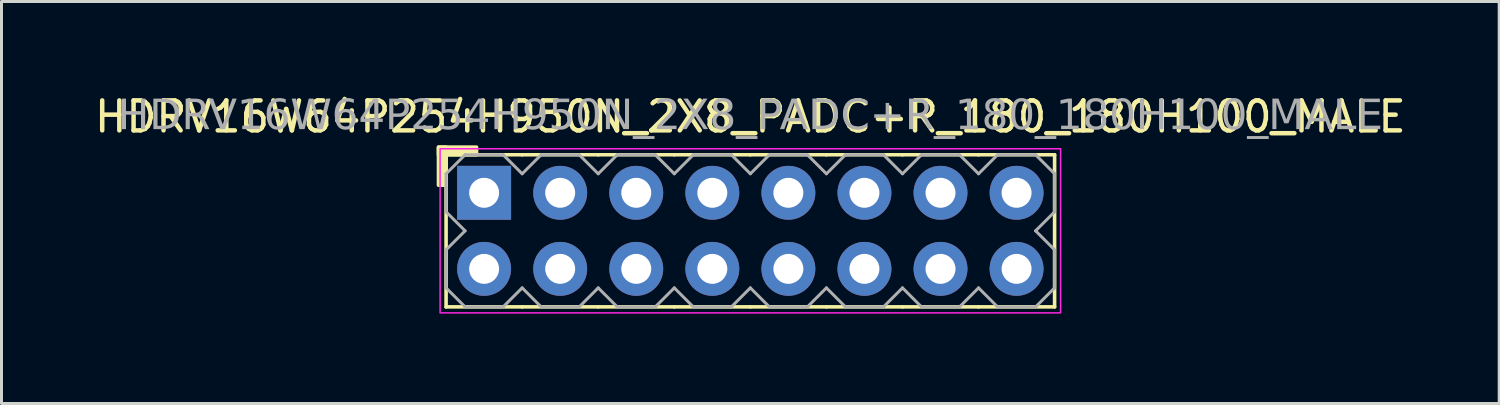
<source format=kicad_pcb>
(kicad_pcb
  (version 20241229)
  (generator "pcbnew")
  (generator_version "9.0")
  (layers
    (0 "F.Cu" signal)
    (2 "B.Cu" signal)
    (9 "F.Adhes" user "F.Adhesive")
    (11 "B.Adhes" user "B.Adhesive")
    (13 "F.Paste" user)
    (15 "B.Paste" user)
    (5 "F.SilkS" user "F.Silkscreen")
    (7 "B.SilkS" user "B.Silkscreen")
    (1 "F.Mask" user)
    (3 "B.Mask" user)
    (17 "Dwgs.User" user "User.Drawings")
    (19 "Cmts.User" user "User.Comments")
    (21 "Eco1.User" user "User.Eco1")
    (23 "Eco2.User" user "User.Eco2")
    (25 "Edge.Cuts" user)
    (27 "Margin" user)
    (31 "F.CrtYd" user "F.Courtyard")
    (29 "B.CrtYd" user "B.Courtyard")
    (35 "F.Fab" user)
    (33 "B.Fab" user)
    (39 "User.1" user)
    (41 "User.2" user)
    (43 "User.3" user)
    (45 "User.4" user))
  (footprint "HDRV16W64P254H950N_2X8_PADC+R_180_180H100_MALE"
    (layer "F.Cu")
    (at 22.006 4.658)
    (property "Reference" "HDRV16W64P254H950N_2X8_PADC+R_180_180H100_MALE" (at 0 -3.81 0) (layer "F.SilkS") (effects (font (size 1 1) (thickness 0.15))))
    (attr through_hole)
    (fp_line (start -10.16 2.54) (end -10.16 -2.54) (stroke (width 0.12) (type solid)) (layer "F.SilkS"))
    (fp_line (start -7.62 -2.54) (end -10.16 -2.54) (stroke (width 0.12) (type solid)) (layer "F.SilkS"))
    (fp_line (start -7.62 2.54) (end -10.16 2.54) (stroke (width 0.12) (type solid)) (layer "F.SilkS"))
    (fp_line (start -5.08 -2.54) (end -7.62 -2.54) (stroke (width 0.12) (type solid)) (layer "F.SilkS"))
    (fp_line (start -5.08 2.54) (end -7.62 2.54) (stroke (width 0.12) (type solid)) (layer "F.SilkS"))
    (fp_line (start -2.54 -2.54) (end -5.08 -2.54) (stroke (width 0.12) (type solid)) (layer "F.SilkS"))
    (fp_line (start -2.54 2.54) (end -5.08 2.54) (stroke (width 0.12) (type solid)) (layer "F.SilkS"))
    (fp_line (start 0 -2.54) (end -2.54 -2.54) (stroke (width 0.12) (type solid)) (layer "F.SilkS"))
    (fp_line (start 0 2.54) (end -2.54 2.54) (stroke (width 0.12) (type solid)) (layer "F.SilkS"))
    (fp_line (start 2.54 -2.54) (end 0 -2.54) (stroke (width 0.12) (type solid)) (layer "F.SilkS"))
    (fp_line (start 2.54 2.54) (end 0 2.54) (stroke (width 0.12) (type solid)) (layer "F.SilkS"))
    (fp_line (start 5.08 -2.54) (end 2.54 -2.54) (stroke (width 0.12) (type solid)) (layer "F.SilkS"))
    (fp_line (start 5.08 2.54) (end 2.54 2.54) (stroke (width 0.12) (type solid)) (layer "F.SilkS"))
    (fp_line (start 7.62 -2.54) (end 5.08 -2.54) (stroke (width 0.12) (type solid)) (layer "F.SilkS"))
    (fp_line (start 7.62 2.54) (end 5.08 2.54) (stroke (width 0.12) (type solid)) (layer "F.SilkS"))
    (fp_line (start 10.16 -2.54) (end 7.62 -2.54) (stroke (width 0.12) (type solid)) (layer "F.SilkS"))
    (fp_line (start 10.16 2.54) (end 7.62 2.54) (stroke (width 0.12) (type solid)) (layer "F.SilkS"))
    (fp_line (start 10.16 2.54) (end 10.16 -2.54) (stroke (width 0.12) (type solid)) (layer "F.SilkS"))
    (fp_rect (start -10.414 -1.524) (end -10.16 -2.794) (stroke (width 0.12) (type solid)) (fill yes) (layer "F.SilkS"))
    (fp_rect (start -9.144 -2.54) (end -10.414 -2.794) (stroke (width 0.12) (type solid)) (fill yes) (layer "F.SilkS"))
    (fp_rect (start -10.36 -2.74) (end 10.36 2.74) (stroke (width 0.05) (type default)) (fill no) (layer "F.CrtYd"))
    (fp_line (start -10.16 -1.905) (end -10.16 -0.635) (stroke (width 0.1) (type solid)) (layer "F.Fab"))
    (fp_line (start -10.16 -1.905) (end -9.525 -2.54) (stroke (width 0.1) (type solid)) (layer "F.Fab"))
    (fp_line (start -10.16 0.635) (end -10.16 1.905) (stroke (width 0.1) (type solid)) (layer "F.Fab"))
    (fp_line (start -9.525 -2.54) (end -8.255 -2.54) (stroke (width 0.1) (type solid)) (layer "F.Fab"))
    (fp_line (start -9.525 0) (end -10.16 -0.635) (stroke (width 0.1) (type solid)) (layer "F.Fab"))
    (fp_line (start -9.525 0) (end -10.16 0.635) (stroke (width 0.1) (type solid)) (layer "F.Fab"))
    (fp_line (start -9.525 2.54) (end -10.16 1.905) (stroke (width 0.1) (type solid)) (layer "F.Fab"))
    (fp_line (start -8.255 -2.54) (end -7.62 -1.905) (stroke (width 0.1) (type solid)) (layer "F.Fab"))
    (fp_line (start -8.255 2.54) (end -9.525 2.54) (stroke (width 0.1) (type solid)) (layer "F.Fab"))
    (fp_line (start -7.62 -1.905) (end -6.985 -2.54) (stroke (width 0.1) (type solid)) (layer "F.Fab"))
    (fp_line (start -7.62 1.905) (end -8.255 2.54) (stroke (width 0.1) (type solid)) (layer "F.Fab"))
    (fp_line (start -6.985 -2.54) (end -5.715 -2.54) (stroke (width 0.1) (type solid)) (layer "F.Fab"))
    (fp_line (start -6.985 2.54) (end -7.62 1.905) (stroke (width 0.1) (type solid)) (layer "F.Fab"))
    (fp_line (start -5.715 -2.54) (end -5.08 -1.905) (stroke (width 0.1) (type solid)) (layer "F.Fab"))
    (fp_line (start -5.715 2.54) (end -6.985 2.54) (stroke (width 0.1) (type solid)) (layer "F.Fab"))
    (fp_line (start -5.08 -1.905) (end -4.445 -2.54) (stroke (width 0.1) (type solid)) (layer "F.Fab"))
    (fp_line (start -5.08 1.905) (end -5.715 2.54) (stroke (width 0.1) (type solid)) (layer "F.Fab"))
    (fp_line (start -4.445 -2.54) (end -3.175 -2.54) (stroke (width 0.1) (type solid)) (layer "F.Fab"))
    (fp_line (start -4.445 2.54) (end -5.08 1.905) (stroke (width 0.1) (type solid)) (layer "F.Fab"))
    (fp_line (start -3.175 -2.54) (end -2.54 -1.905) (stroke (width 0.1) (type solid)) (layer "F.Fab"))
    (fp_line (start -3.175 2.54) (end -4.445 2.54) (stroke (width 0.1) (type solid)) (layer "F.Fab"))
    (fp_line (start -2.54 -1.905) (end -1.905 -2.54) (stroke (width 0.1) (type solid)) (layer "F.Fab"))
    (fp_line (start -2.54 1.905) (end -3.175 2.54) (stroke (width 0.1) (type solid)) (layer "F.Fab"))
    (fp_line (start -1.905 -2.54) (end -0.635 -2.54) (stroke (width 0.1) (type solid)) (layer "F.Fab"))
    (fp_line (start -1.905 2.54) (end -2.54 1.905) (stroke (width 0.1) (type solid)) (layer "F.Fab"))
    (fp_line (start -0.635 -2.54) (end 0 -1.905) (stroke (width 0.1) (type solid)) (layer "F.Fab"))
    (fp_line (start -0.635 2.54) (end -1.905 2.54) (stroke (width 0.1) (type solid)) (layer "F.Fab"))
    (fp_line (start 0 -1.905) (end 0.635 -2.54) (stroke (width 0.1) (type solid)) (layer "F.Fab"))
    (fp_line (start 0 1.905) (end -0.635 2.54) (stroke (width 0.1) (type solid)) (layer "F.Fab"))
    (fp_line (start 0.635 -2.54) (end 1.905 -2.54) (stroke (width 0.1) (type solid)) (layer "F.Fab"))
    (fp_line (start 0.635 2.54) (end 0 1.905) (stroke (width 0.1) (type solid)) (layer "F.Fab"))
    (fp_line (start 1.905 -2.54) (end 2.54 -1.905) (stroke (width 0.1) (type solid)) (layer "F.Fab"))
    (fp_line (start 1.905 2.54) (end 0.635 2.54) (stroke (width 0.1) (type solid)) (layer "F.Fab"))
    (fp_line (start 2.54 -1.905) (end 3.175 -2.54) (stroke (width 0.1) (type solid)) (layer "F.Fab"))
    (fp_line (start 2.54 1.905) (end 1.905 2.54) (stroke (width 0.1) (type solid)) (layer "F.Fab"))
    (fp_line (start 3.175 -2.54) (end 4.445 -2.54) (stroke (width 0.1) (type solid)) (layer "F.Fab"))
    (fp_line (start 3.175 2.54) (end 2.54 1.905) (stroke (width 0.1) (type solid)) (layer "F.Fab"))
    (fp_line (start 4.445 -2.54) (end 5.08 -1.905) (stroke (width 0.1) (type solid)) (layer "F.Fab"))
    (fp_line (start 4.445 2.54) (end 3.175 2.54) (stroke (width 0.1) (type solid)) (layer "F.Fab"))
    (fp_line (start 5.08 -1.905) (end 5.715 -2.54) (stroke (width 0.1) (type solid)) (layer "F.Fab"))
    (fp_line (start 5.08 1.905) (end 4.445 2.54) (stroke (width 0.1) (type solid)) (layer "F.Fab"))
    (fp_line (start 5.715 -2.54) (end 6.985 -2.54) (stroke (width 0.1) (type solid)) (layer "F.Fab"))
    (fp_line (start 5.715 2.54) (end 5.08 1.905) (stroke (width 0.1) (type solid)) (layer "F.Fab"))
    (fp_line (start 6.985 -2.54) (end 7.62 -1.905) (stroke (width 0.1) (type solid)) (layer "F.Fab"))
    (fp_line (start 6.985 2.54) (end 5.715 2.54) (stroke (width 0.1) (type solid)) (layer "F.Fab"))
    (fp_line (start 7.62 -1.905) (end 8.255 -2.54) (stroke (width 0.1) (type solid)) (layer "F.Fab"))
    (fp_line (start 7.62 1.905) (end 6.985 2.54) (stroke (width 0.1) (type solid)) (layer "F.Fab"))
    (fp_line (start 8.255 -2.54) (end 9.525 -2.54) (stroke (width 0.1) (type solid)) (layer "F.Fab"))
    (fp_line (start 8.255 2.54) (end 7.62 1.905) (stroke (width 0.1) (type solid)) (layer "F.Fab"))
    (fp_line (start 9.525 -2.54) (end 10.16 -1.905) (stroke (width 0.1) (type solid)) (layer "F.Fab"))
    (fp_line (start 9.525 0) (end 10.16 0.635) (stroke (width 0.1) (type solid)) (layer "F.Fab"))
    (fp_line (start 9.525 2.54) (end 8.255 2.54) (stroke (width 0.1) (type solid)) (layer "F.Fab"))
    (fp_line (start 10.16 -1.905) (end 10.16 -0.635) (stroke (width 0.1) (type solid)) (layer "F.Fab"))
    (fp_line (start 10.16 -0.635) (end 9.525 0) (stroke (width 0.1) (type solid)) (layer "F.Fab"))
    (fp_line (start 10.16 0.635) (end 10.16 1.905) (stroke (width 0.1) (type solid)) (layer "F.Fab"))
    (fp_line (start 10.16 1.905) (end 9.525 2.54) (stroke (width 0.1) (type solid)) (layer "F.Fab"))
    (fp_rect (start -8.636 -1.524) (end -9.144 -1.016) (stroke (width 0.1) (type solid)) (fill no) (layer "F.Fab"))
    (fp_rect (start -8.636 1.016) (end -9.144 1.524) (stroke (width 0.1) (type solid)) (fill no) (layer "F.Fab"))
    (fp_rect (start -6.096 -1.524) (end -6.604 -1.016) (stroke (width 0.1) (type solid)) (fill no) (layer "F.Fab"))
    (fp_rect (start -6.096 1.016) (end -6.604 1.524) (stroke (width 0.1) (type solid)) (fill no) (layer "F.Fab"))
    (fp_rect (start -3.556 -1.524) (end -4.064 -1.016) (stroke (width 0.1) (type solid)) (fill no) (layer "F.Fab"))
    (fp_rect (start -3.556 1.016) (end -4.064 1.524) (stroke (width 0.1) (type solid)) (fill no) (layer "F.Fab"))
    (fp_rect (start -1.016 -1.524) (end -1.524 -1.016) (stroke (width 0.1) (type solid)) (fill no) (layer "F.Fab"))
    (fp_rect (start -1.016 1.016) (end -1.524 1.524) (stroke (width 0.1) (type solid)) (fill no) (layer "F.Fab"))
    (fp_rect (start 1.524 -1.524) (end 1.016 -1.016) (stroke (width 0.1) (type solid)) (fill no) (layer "F.Fab"))
    (fp_rect (start 1.524 1.016) (end 1.016 1.524) (stroke (width 0.1) (type solid)) (fill no) (layer "F.Fab"))
    (fp_rect (start 4.064 -1.524) (end 3.556 -1.016) (stroke (width 0.1) (type solid)) (fill no) (layer "F.Fab"))
    (fp_rect (start 4.064 1.016) (end 3.556 1.524) (stroke (width 0.1) (type solid)) (fill no) (layer "F.Fab"))
    (fp_rect (start 6.604 -1.524) (end 6.096 -1.016) (stroke (width 0.1) (type solid)) (fill no) (layer "F.Fab"))
    (fp_rect (start 6.604 1.016) (end 6.096 1.524) (stroke (width 0.1) (type solid)) (fill no) (layer "F.Fab"))
    (fp_rect (start 9.144 -1.524) (end 8.636 -1.016) (stroke (width 0.1) (type solid)) (fill no) (layer "F.Fab"))
    (fp_rect (start 9.144 1.016) (end 8.636 1.524) (stroke (width 0.1) (type solid)) (fill no) (layer "F.Fab"))
    (fp_text user "${REFERENCE}" (at 0 -3.81 0) (layer "F.Fab") (effects (font (face "Tahoma") (size 1 1) (thickness 0.15))))
    (pad "1" thru_hole rect (at -8.89 -1.27) (size 1.8 1.8) (drill 1) (layers "*.Cu" "*.Mask"))
    (pad "2" thru_hole circle (at -8.89 1.27) (size 1.8 1.8) (drill 1) (layers "*.Cu" "*.Mask"))
    (pad "3" thru_hole circle (at -6.35 -1.27) (size 1.8 1.8) (drill 1) (layers "*.Cu" "*.Mask"))
    (pad "4" thru_hole circle (at -6.35 1.27) (size 1.8 1.8) (drill 1) (layers "*.Cu" "*.Mask"))
    (pad "5" thru_hole circle (at -3.81 -1.27) (size 1.8 1.8) (drill 1) (layers "*.Cu" "*.Mask"))
    (pad "6" thru_hole circle (at -3.81 1.27) (size 1.8 1.8) (drill 1) (layers "*.Cu" "*.Mask"))
    (pad "7" thru_hole circle (at -1.27 -1.27) (size 1.8 1.8) (drill 1) (layers "*.Cu" "*.Mask"))
    (pad "8" thru_hole circle (at -1.27 1.27) (size 1.8 1.8) (drill 1) (layers "*.Cu" "*.Mask"))
    (pad "9" thru_hole circle (at 1.27 -1.27) (size 1.8 1.8) (drill 1) (layers "*.Cu" "*.Mask"))
    (pad "10" thru_hole circle (at 1.27 1.27) (size 1.8 1.8) (drill 1) (layers "*.Cu" "*.Mask"))
    (pad "11" thru_hole circle (at 3.81 -1.27) (size 1.8 1.8) (drill 1) (layers "*.Cu" "*.Mask"))
    (pad "12" thru_hole circle (at 3.81 1.27) (size 1.8 1.8) (drill 1) (layers "*.Cu" "*.Mask"))
    (pad "13" thru_hole circle (at 6.35 -1.27) (size 1.8 1.8) (drill 1) (layers "*.Cu" "*.Mask"))
    (pad "14" thru_hole circle (at 6.35 1.27) (size 1.8 1.8) (drill 1) (layers "*.Cu" "*.Mask"))
    (pad "15" thru_hole circle (at 8.89 -1.27) (size 1.8 1.8) (drill 1) (layers "*.Cu" "*.Mask"))
    (pad "16" thru_hole circle (at 8.89 1.27) (size 1.8 1.8) (drill 1) (layers "*.Cu" "*.Mask")))
  (gr_rect
    (start -3 -3)
    (end 47.012 10.423)
    (stroke (width 0.1) (type default))
    (fill no)
    (layer "Edge.Cuts")))
</source>
